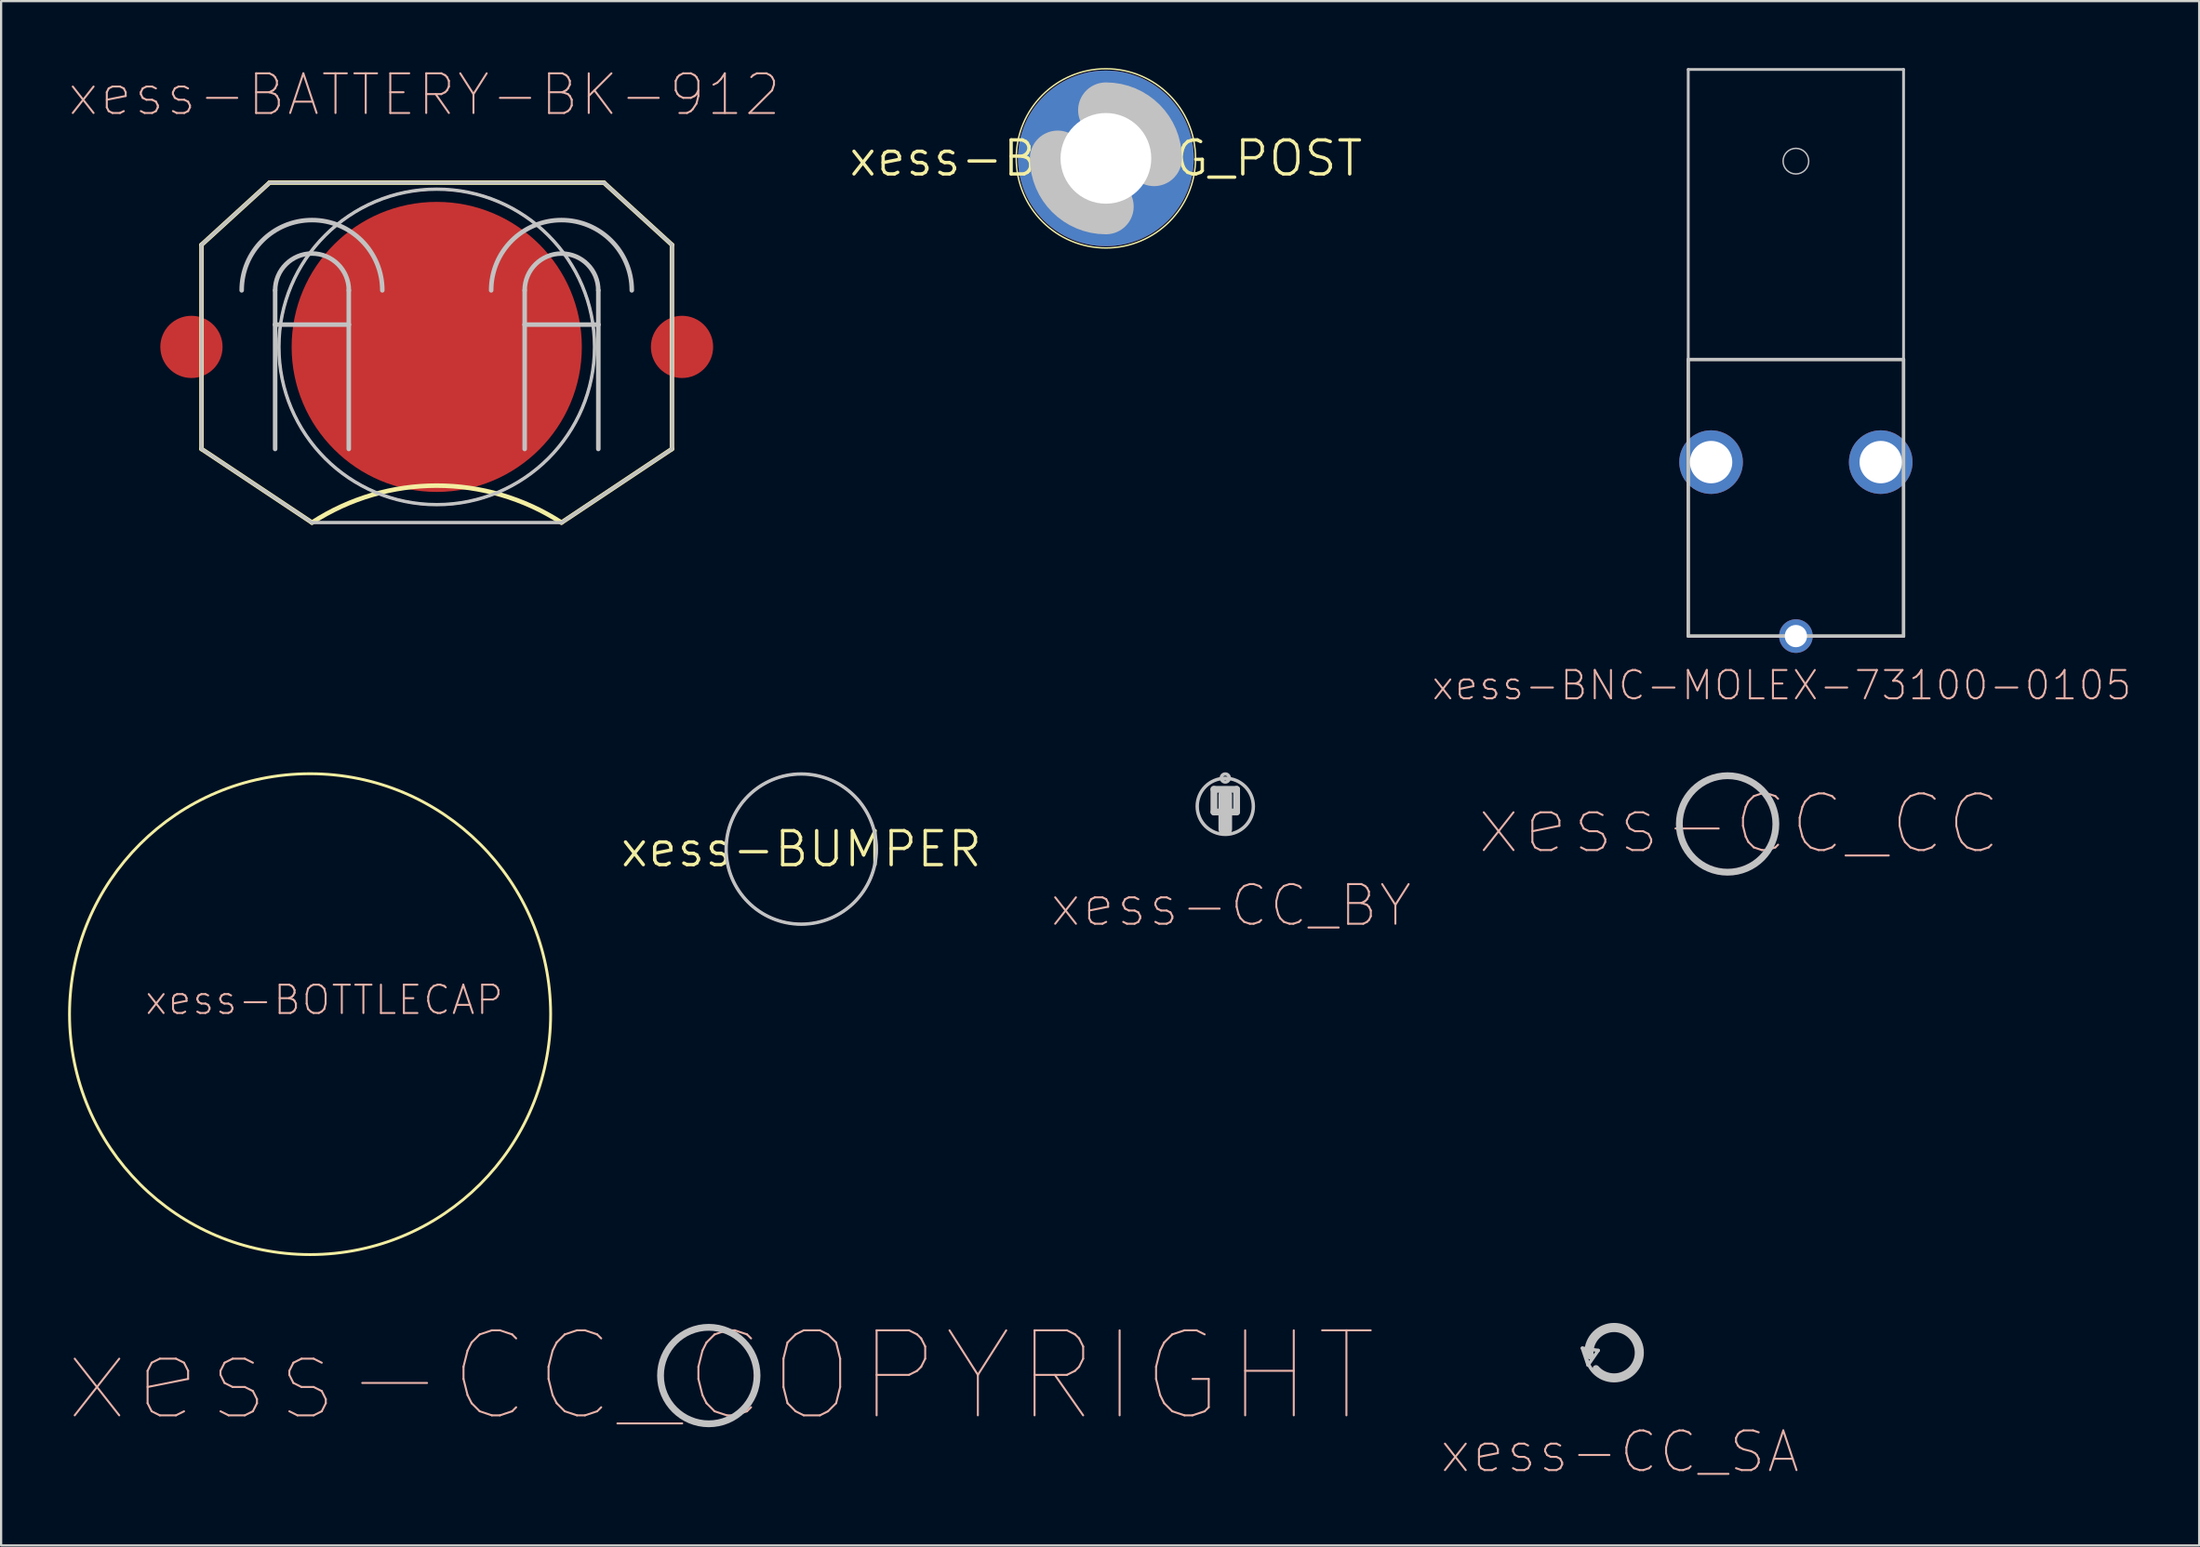
<source format=kicad_pcb>
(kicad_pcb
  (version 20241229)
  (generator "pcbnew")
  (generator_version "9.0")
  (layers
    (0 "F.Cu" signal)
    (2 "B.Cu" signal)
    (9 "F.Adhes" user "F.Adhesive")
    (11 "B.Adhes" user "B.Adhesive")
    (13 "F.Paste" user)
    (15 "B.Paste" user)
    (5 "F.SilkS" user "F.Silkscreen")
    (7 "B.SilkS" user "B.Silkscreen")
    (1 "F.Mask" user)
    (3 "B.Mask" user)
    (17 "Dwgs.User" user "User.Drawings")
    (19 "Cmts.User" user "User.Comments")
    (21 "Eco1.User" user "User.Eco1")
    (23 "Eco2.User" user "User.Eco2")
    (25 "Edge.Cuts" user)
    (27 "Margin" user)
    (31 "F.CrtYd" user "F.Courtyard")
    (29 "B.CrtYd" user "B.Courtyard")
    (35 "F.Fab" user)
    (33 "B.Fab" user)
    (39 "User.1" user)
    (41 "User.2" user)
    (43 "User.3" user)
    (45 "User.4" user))
  (footprint "xess-BUMPER"
    (layer "F.Cu")
    (at 32.844 35.008)
    (property "Reference" "xess-BUMPER" (at 0 0 0) (layer "F.SilkS") (effects (font (size 1.524 1.524) (thickness 0.15))))
    (attr exclude_from_pos_files exclude_from_bom)
    (fp_circle (center 0 0) (end -2.38 2.38) (stroke (width 0.102) (type solid)) (fill no) (layer "B.SilkS"))
    (fp_circle (center 0 0) (end -2.38 2.38) (stroke (width 0.15) (type solid)) (fill no) (layer "Dwgs.User")))
  (footprint "xess-BINDING_POST"
    (layer "F.Cu")
    (at 46.49 4.048)
    (property "Reference" "xess-BINDING_POST" (at 0 0 0) (layer "F.SilkS") (effects (font (size 1.524 1.524) (thickness 0.15))))
    (attr exclude_from_pos_files exclude_from_bom)
    (fp_circle (center 0 0) (end -2.84 2.84) (stroke (width 0.064) (type solid)) (fill no) (layer "F.SilkS"))
    (fp_arc (start 0 -2.159) (mid 1.526644 -1.526644) (end 2.159 0) (stroke (width 2.4892) (type solid)) (layer "Dwgs.User"))
    (fp_arc (start 0 2.159) (mid -1.526644 1.526644) (end -2.159 0) (stroke (width 2.4892) (type solid)) (layer "Dwgs.User"))
    (fp_circle (center 0 0) (end -0.381 0.381) (stroke (width 0.229) (type solid)) (fill no) (layer "Dwgs.User"))
    (pad "B3,2" thru_hole circle (at 0 0) (size 7.874 7.874) (drill 4.064) (layers "*.Cu" "*.Mask")))
  (footprint "xess-BOTTLECAP"
    (layer "F.Cu")
    (at 10.84 42.407)
    (property "Reference" "xess-BOTTLECAP" (at 0.635 -0.635 0) (layer "B.SilkS") (effects (font (size 1.27 1.27) (thickness 0.089))))
    (attr exclude_from_pos_files exclude_from_bom)
    (fp_circle (center 0 0) (end -7.62 7.62) (stroke (width 0.127) (type solid)) (fill no) (layer "F.SilkS")))
  (footprint "xess-CC_CC"
    (layer "F.Cu")
    (at 74.34 33.882)
    (property "Reference" "xess-CC_CC" (at 0.508 0 0) (layer "B.SilkS") (effects (font (size 2.54 2.54) (thickness 0.089))))
    (attr exclude_from_pos_files exclude_from_bom)
    (fp_circle (center 0 0) (end -1.529 1.529) (stroke (width 0.305) (type solid)) (fill no) (layer "Dwgs.User")))
  (footprint "xess-CC_COPYRIGHT"
    (layer "F.Cu")
    (at 28.701 58.606)
    (property "Reference" "xess-CC_COPYRIGHT" (at 0.533 0.025 0) (layer "B.SilkS") (effects (font (size 3.81 3.81) (thickness 0.089))))
    (attr exclude_from_pos_files exclude_from_bom)
    (fp_circle (center 0 0) (end -1.529 1.529) (stroke (width 0.305) (type solid)) (fill no) (layer "Dwgs.User")))
  (footprint "xess-BATTERY-BK-912"
    (layer "F.Cu")
    (at 16.514 12.499)
    (property "Reference" "xess-BATTERY-BK-912" (at -0.556 -11.303 0) (layer "B.SilkS") (effects (font (size 1.778 1.778) (thickness 0.089))))
    (attr smd)
    (fp_circle (center 0 0) (end -4.445 4.445) (stroke (width 0.15) (type solid)) (fill no) (layer "F.Mask"))
    (fp_line (start -10.538 -4.575) (end -7.488 -7.363) (stroke (width 0.203) (type solid)) (layer "F.SilkS"))
    (fp_line (start -10.538 4.575) (end -10.538 -4.575) (stroke (width 0.203) (type solid)) (layer "F.SilkS"))
    (fp_line (start -7.488 -7.363) (end 7.488 -7.363) (stroke (width 0.203) (type solid)) (layer "F.SilkS"))
    (fp_line (start -5.588 7.874) (end -10.538 4.575) (stroke (width 0.203) (type solid)) (layer "F.SilkS"))
    (fp_line (start 7.488 -7.363) (end 10.538 -4.575) (stroke (width 0.203) (type solid)) (layer "F.SilkS"))
    (fp_line (start 10.538 -4.575) (end 10.538 4.575) (stroke (width 0.203) (type solid)) (layer "F.SilkS"))
    (fp_line (start 10.538 4.575) (end 5.588 7.874) (stroke (width 0.203) (type solid)) (layer "F.SilkS"))
    (fp_arc (start -5.588 7.874) (mid -0.002356 6.218061) (end 5.584049 7.871434) (stroke (width 0.2032) (type solid)) (layer "F.SilkS"))
    (fp_line (start -10.538 -4.575) (end -7.488 -7.363) (stroke (width 0.15) (type solid)) (layer "Dwgs.User"))
    (fp_line (start -10.538 4.575) (end -10.538 -4.575) (stroke (width 0.15) (type solid)) (layer "Dwgs.User"))
    (fp_line (start -7.488 -7.363) (end 7.488 -7.363) (stroke (width 0.15) (type solid)) (layer "Dwgs.User"))
    (fp_line (start -7.239 -2.535) (end -7.239 -0.998) (stroke (width 0.203) (type solid)) (layer "Dwgs.User"))
    (fp_line (start -7.239 -0.998) (end -7.239 4.575) (stroke (width 0.203) (type solid)) (layer "Dwgs.User"))
    (fp_line (start -5.588 7.874) (end -10.538 4.575) (stroke (width 0.15) (type solid)) (layer "Dwgs.User"))
    (fp_line (start -3.94 -2.535) (end -3.94 -0.998) (stroke (width 0.203) (type solid)) (layer "Dwgs.User"))
    (fp_line (start -3.94 -0.998) (end -7.239 -0.998) (stroke (width 0.203) (type solid)) (layer "Dwgs.User"))
    (fp_line (start -3.94 -0.998) (end -3.94 4.575) (stroke (width 0.203) (type solid)) (layer "Dwgs.User"))
    (fp_line (start 3.94 -2.535) (end 3.94 -0.998) (stroke (width 0.203) (type solid)) (layer "Dwgs.User"))
    (fp_line (start 3.94 -0.998) (end 3.94 4.575) (stroke (width 0.203) (type solid)) (layer "Dwgs.User"))
    (fp_line (start 3.94 -0.998) (end 7.239 -0.998) (stroke (width 0.203) (type solid)) (layer "Dwgs.User"))
    (fp_line (start 5.588 7.874) (end -5.588 7.874) (stroke (width 0.15) (type solid)) (layer "Dwgs.User"))
    (fp_line (start 7.239 -2.535) (end 7.239 -0.998) (stroke (width 0.203) (type solid)) (layer "Dwgs.User"))
    (fp_line (start 7.239 -0.998) (end 7.239 4.575) (stroke (width 0.203) (type solid)) (layer "Dwgs.User"))
    (fp_line (start 7.488 -7.363) (end 10.538 -4.575) (stroke (width 0.15) (type solid)) (layer "Dwgs.User"))
    (fp_line (start 10.538 -4.575) (end 10.538 4.575) (stroke (width 0.15) (type solid)) (layer "Dwgs.User"))
    (fp_line (start 10.538 4.575) (end 5.588 7.874) (stroke (width 0.15) (type solid)) (layer "Dwgs.User"))
    (fp_arc (start -8.7376 -2.53492) (mid -5.588 -5.68452) (end -2.4384 -2.53492) (stroke (width 0.2032) (type solid)) (layer "Dwgs.User"))
    (fp_arc (start -7.239 -2.53492) (mid -5.588 -4.18592) (end -3.937 -2.53492) (stroke (width 0.2032) (type solid)) (layer "Dwgs.User"))
    (fp_arc (start 2.4384 -2.53492) (mid 5.588 -5.68452) (end 8.7376 -2.53492) (stroke (width 0.2032) (type solid)) (layer "Dwgs.User"))
    (fp_arc (start 3.93954 -2.53492) (mid 5.588 -4.18338) (end 7.23646 -2.53492) (stroke (width 0.2032) (type solid)) (layer "Dwgs.User"))
    (fp_circle (center 0 0) (end -4.999 4.999) (stroke (width 0.102) (type solid)) (fill no) (layer "Dwgs.User"))
    (fp_circle (center 0 0) (end -4.999 4.999) (stroke (width 0.15) (type solid)) (fill no) (layer "Dwgs.User"))
    (pad "-" smd circle (at 0 0) (size 13 13) (layers "F.Cu" "F.Mask" "F.Paste"))
    (pad "1+" smd circle (at -10.988 0) (size 2.789 2.789) (layers "F.Cu" "F.Mask" "F.Paste"))
    (pad "2+" smd circle (at 10.988 0) (size 2.789 2.789) (layers "F.Cu" "F.Mask" "F.Paste")))
  (footprint "xess-CC_BY"
    (layer "F.Cu")
    (at 51.838 33.092)
    (property "Reference" "xess-CC_BY" (at 0.254 4.445 0) (layer "B.SilkS") (effects (font (size 1.778 1.778) (thickness 0.089))))
    (attr exclude_from_pos_files exclude_from_bom)
    (fp_line (start -0.508 -0.762) (end -0.508 0.254) (stroke (width 0.305) (type solid)) (layer "Dwgs.User"))
    (fp_line (start -0.508 0.254) (end 0.508 0.254) (stroke (width 0.305) (type solid)) (layer "Dwgs.User"))
    (fp_line (start 0 -0.508) (end 0 1.016) (stroke (width 0.61) (type solid)) (layer "Dwgs.User"))
    (fp_line (start 0.508 -0.762) (end -0.508 -0.762) (stroke (width 0.305) (type solid)) (layer "Dwgs.User"))
    (fp_line (start 0.508 0.254) (end 0.508 -0.762) (stroke (width 0.305) (type solid)) (layer "Dwgs.User"))
    (fp_circle (center 0 -1.27) (end -0.127 -1.397) (stroke (width 0.15) (type solid)) (fill no) (layer "Dwgs.User"))
    (fp_circle (center 0 0) (end -0.889 0.889) (stroke (width 0.152) (type solid)) (fill no) (layer "Dwgs.User")))
  (footprint "xess-BNC-MOLEX-73100-0105"
    (layer "F.Cu")
    (at 77.4 13.063)
    (property "Reference" "xess-BNC-MOLEX-73100-0105" (at -0.635 14.605 0) (layer "B.SilkS") (effects (font (size 1.27 1.27) (thickness 0.089))))
    (attr exclude_from_pos_files exclude_from_bom)
    (fp_line (start -4.823 0) (end 4.823 0) (stroke (width 0.127) (type solid)) (layer "F.SilkS"))
    (fp_line (start -4.823 12.398) (end -4.823 0) (stroke (width 0.127) (type solid)) (layer "F.SilkS"))
    (fp_line (start 4.823 0) (end 4.823 12.398) (stroke (width 0.127) (type solid)) (layer "F.SilkS"))
    (fp_line (start 4.823 12.398) (end -4.823 12.398) (stroke (width 0.127) (type solid)) (layer "F.SilkS"))
    (fp_line (start -4.823 -13) (end 4.823 -13) (stroke (width 0.127) (type solid)) (layer "Dwgs.User"))
    (fp_line (start -4.823 0) (end -4.823 -13) (stroke (width 0.127) (type solid)) (layer "Dwgs.User"))
    (fp_line (start -4.823 0) (end 4.823 0) (stroke (width 0.15) (type solid)) (layer "Dwgs.User"))
    (fp_line (start -4.823 12.398) (end -4.823 0) (stroke (width 0.15) (type solid)) (layer "Dwgs.User"))
    (fp_line (start 4.823 -13) (end 4.823 0) (stroke (width 0.127) (type solid)) (layer "Dwgs.User"))
    (fp_line (start 4.823 0) (end 4.823 12.398) (stroke (width 0.15) (type solid)) (layer "Dwgs.User"))
    (fp_line (start 4.823 12.398) (end -4.823 12.398) (stroke (width 0.15) (type solid)) (layer "Dwgs.User"))
    (fp_circle (center 0 -8.89) (end -0.406 -9.296) (stroke (width 0.064) (type solid)) (fill no) (layer "Dwgs.User"))
    (pad "GND1" thru_hole circle (at -3.8 4.6) (size 2.85 2.85) (drill 1.9) (layers "*.Cu" "*.Mask"))
    (pad "GND2" thru_hole circle (at 3.8 4.6) (size 2.85 2.85) (drill 1.9) (layers "*.Cu" "*.Mask"))
    (pad "SIG" thru_hole circle (at 0 12.398) (size 1.506 1.506) (drill 0.998) (layers "*.Cu" "*.Mask")))
  (footprint "xess-CC_SA"
    (layer "F.Cu")
    (at 69.256 57.58)
    (property "Reference" "xess-CC_SA" (at 0.254 4.445 0) (layer "B.SilkS") (effects (font (size 1.778 1.778) (thickness 0.089))))
    (attr exclude_from_pos_files exclude_from_bom)
    (fp_line (start -1.422 -0.203) (end -1.168 0.559) (stroke (width 0.15) (type solid)) (layer "Dwgs.User"))
    (fp_line (start -1.168 0.559) (end -0.711 -0.102) (stroke (width 0.15) (type solid)) (layer "Dwgs.User"))
    (fp_line (start -0.711 -0.102) (end -1.422 -0.203) (stroke (width 0.15) (type solid)) (layer "Dwgs.User"))
    (fp_arc (start -1.0668 0.1524) (mid 0.979525 -0.445847) (end -0.810602 0.712078) (stroke (width 0.3048) (type solid)) (layer "Dwgs.User"))
    (fp_circle (center 0 0) (end -0.889 0.889) (stroke (width 0.152) (type solid)) (fill no) (layer "Dwgs.User")))
  (gr_rect
    (start -3 -3)
    (end 95.465 66.221)
    (stroke (width 0.1) (type default))
    (fill no)
    (layer "Edge.Cuts")))
</source>
